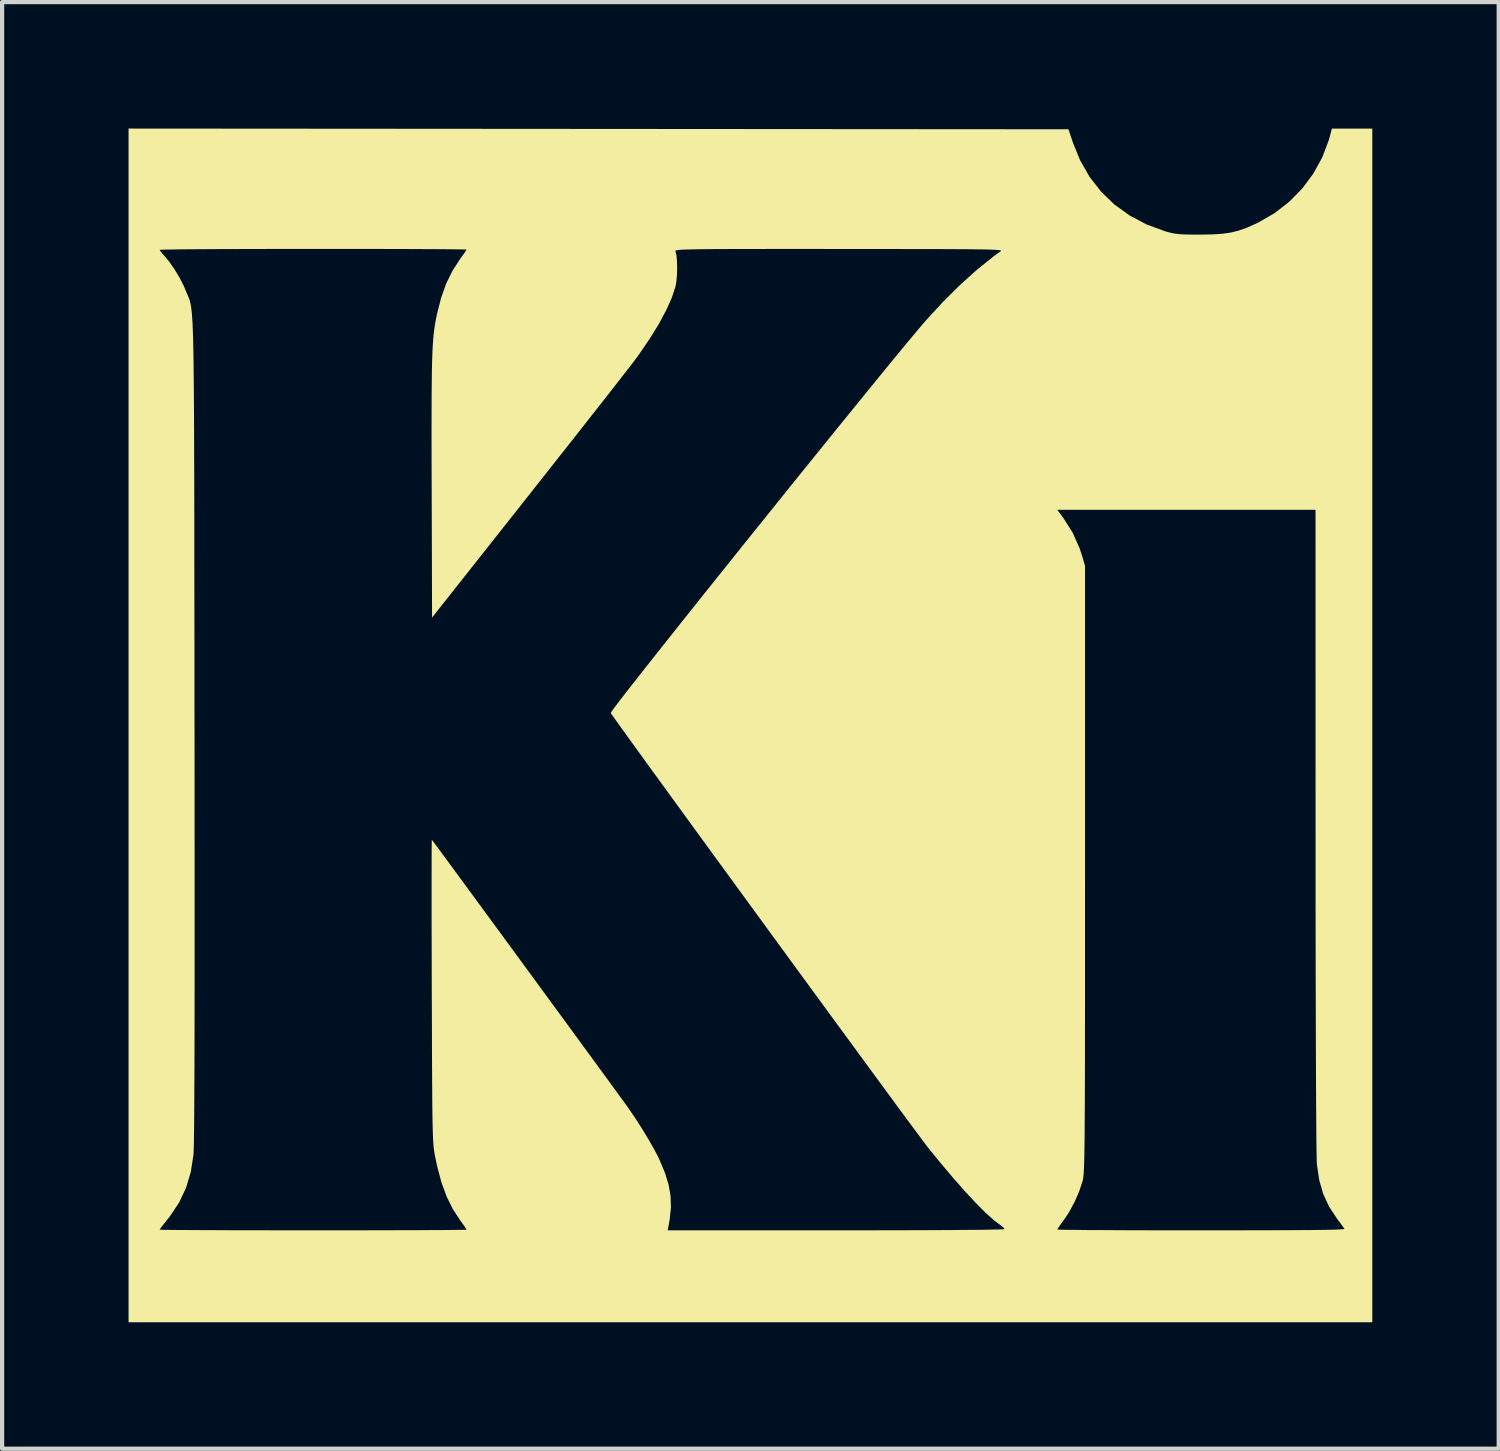
<source format=kicad_pcb>
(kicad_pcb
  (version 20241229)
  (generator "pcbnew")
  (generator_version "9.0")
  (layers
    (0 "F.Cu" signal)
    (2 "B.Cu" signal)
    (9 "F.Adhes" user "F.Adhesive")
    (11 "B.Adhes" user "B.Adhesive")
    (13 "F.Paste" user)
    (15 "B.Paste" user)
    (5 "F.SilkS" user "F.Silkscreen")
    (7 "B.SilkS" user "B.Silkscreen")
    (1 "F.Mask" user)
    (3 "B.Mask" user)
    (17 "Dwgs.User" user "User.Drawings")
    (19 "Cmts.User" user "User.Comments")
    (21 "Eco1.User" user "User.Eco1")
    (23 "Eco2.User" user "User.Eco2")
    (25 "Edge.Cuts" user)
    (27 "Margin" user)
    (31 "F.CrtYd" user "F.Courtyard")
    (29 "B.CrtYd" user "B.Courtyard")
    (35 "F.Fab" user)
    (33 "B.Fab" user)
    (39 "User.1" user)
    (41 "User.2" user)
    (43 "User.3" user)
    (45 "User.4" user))
  (footprint "Ki"
    (layer "F.Cu")
    (at 14.753 12.893)
    (property "Reference" "Ki" (at 0 0 0) (layer "F.SilkS") (effects (font (size 1.524 1.524) (thickness 0.3))))
    (attr board_only exclude_from_pos_files exclude_from_bom)
    (fp_poly (pts (xy 7.545 -12.876) (xy 7.646 -12.572) (xy 7.821 -12.14) (xy 8.045 -11.748) (xy 8.318 -11.398) (xy 8.635 -11.091) (xy 8.996 -10.831) (xy 9.397 -10.618) (xy 9.836 -10.457) (xy 9.862 -10.449) (xy 9.965 -10.422) (xy 10.062 -10.402) (xy 10.166 -10.389) (xy 10.291 -10.381) (xy 10.452 -10.378) (xy 10.661 -10.377) (xy 10.68 -10.377) (xy 10.959 -10.382) (xy 11.192 -10.397) (xy 11.393 -10.425) (xy 11.578 -10.471) (xy 11.765 -10.536) (xy 11.968 -10.626) (xy 12.048 -10.664) (xy 12.434 -10.886) (xy 12.783 -11.157) (xy 13.091 -11.471) (xy 13.353 -11.823) (xy 13.564 -12.207) (xy 13.72 -12.617) (xy 13.759 -12.756) (xy 13.793 -12.892) (xy 14.753 -12.892) (xy 14.753 15.426) (xy -14.753 15.426) (xy -14.753 13.228) (xy -14.015 13.228) (xy -13.983 13.231) (xy -13.892 13.233) (xy -13.744 13.235) (xy -13.545 13.237) (xy -13.297 13.238) (xy -13.005 13.24) (xy -12.674 13.241) (xy -12.306 13.243) (xy -11.907 13.244) (xy -11.48 13.244) (xy -11.028 13.245) (xy -10.557 13.245) (xy -10.375 13.245) (xy -9.897 13.245) (xy -9.438 13.245) (xy -9.002 13.244) (xy -8.591 13.243) (xy -8.211 13.242) (xy -7.865 13.241) (xy -7.558 13.239) (xy -7.293 13.238) (xy -7.075 13.236) (xy -6.907 13.234) (xy -6.794 13.232) (xy -6.739 13.23) (xy -6.735 13.229) (xy -6.753 13.198) (xy -6.799 13.128) (xy -6.866 13.035) (xy -6.883 13.013) (xy -7.059 12.743) (xy -7.206 12.446) (xy -7.329 12.112) (xy -7.431 11.731) (xy -7.48 11.498) (xy -7.491 11.441) (xy -7.5 11.386) (xy -7.508 11.327) (xy -7.516 11.262) (xy -7.522 11.185) (xy -7.528 11.094) (xy -7.533 10.984) (xy -7.537 10.852) (xy -7.541 10.694) (xy -7.544 10.506) (xy -7.547 10.283) (xy -7.549 10.023) (xy -7.551 9.721) (xy -7.553 9.374) (xy -7.555 8.977) (xy -7.556 8.527) (xy -7.558 8.019) (xy -7.56 7.554) (xy -7.561 7.08) (xy -7.562 6.625) (xy -7.563 6.192) (xy -7.564 5.786) (xy -7.564 5.411) (xy -7.564 5.07) (xy -7.564 4.768) (xy -7.563 4.509) (xy -7.563 4.297) (xy -7.562 4.135) (xy -7.56 4.028) (xy -7.559 3.98) (xy -7.558 3.978) (xy -7.535 4.009) (xy -7.477 4.087) (xy -7.386 4.21) (xy -7.266 4.373) (xy -7.12 4.572) (xy -6.95 4.803) (xy -6.759 5.064) (xy -6.549 5.349) (xy -6.325 5.655) (xy -6.088 5.979) (xy -5.841 6.315) (xy -5.587 6.661) (xy -5.33 7.013) (xy -5.071 7.366) (xy -4.814 7.718) (xy -4.561 8.063) (xy -4.315 8.398) (xy -4.08 8.72) (xy -3.857 9.025) (xy -3.65 9.308) (xy -3.462 9.565) (xy -3.295 9.794) (xy -3.152 9.99) (xy -3.037 10.149) (xy -2.951 10.267) (xy -2.897 10.341) (xy -2.885 10.359) (xy -2.727 10.592) (xy -2.569 10.838) (xy -2.421 11.083) (xy -2.29 11.311) (xy -2.187 11.508) (xy -2.162 11.561) (xy -2.03 11.875) (xy -1.942 12.159) (xy -1.895 12.428) (xy -1.886 12.698) (xy -1.915 12.984) (xy -1.94 13.125) (xy -1.963 13.245) (xy 2.033 13.245) (xy 2.568 13.245) (xy 3.076 13.244) (xy 3.556 13.243) (xy 4.003 13.242) (xy 4.415 13.24) (xy 4.787 13.238) (xy 5.117 13.235) (xy 5.402 13.233) (xy 5.637 13.23) (xy 5.821 13.226) (xy 5.849 13.226) (xy 7.28 13.226) (xy 7.311 13.228) (xy 7.403 13.231) (xy 7.55 13.233) (xy 7.749 13.235) (xy 7.995 13.238) (xy 8.285 13.239) (xy 8.614 13.241) (xy 8.978 13.243) (xy 9.372 13.244) (xy 9.794 13.245) (xy 10.238 13.245) (xy 10.697 13.245) (xy 11.275 13.245) (xy 11.791 13.244) (xy 12.248 13.243) (xy 12.648 13.242) (xy 12.994 13.24) (xy 13.287 13.238) (xy 13.531 13.235) (xy 13.727 13.232) (xy 13.879 13.228) (xy 13.989 13.223) (xy 14.058 13.218) (xy 14.09 13.212) (xy 14.092 13.209) (xy 14.063 13.167) (xy 14.006 13.089) (xy 13.933 12.992) (xy 13.918 12.972) (xy 13.729 12.685) (xy 13.589 12.383) (xy 13.494 12.054) (xy 13.439 11.685) (xy 13.438 11.67) (xy 13.435 11.604) (xy 13.432 11.476) (xy 13.429 11.289) (xy 13.426 11.044) (xy 13.424 10.745) (xy 13.421 10.393) (xy 13.419 9.991) (xy 13.417 9.542) (xy 13.415 9.047) (xy 13.413 8.509) (xy 13.412 7.93) (xy 13.41 7.313) (xy 13.409 6.66) (xy 13.408 5.973) (xy 13.407 5.255) (xy 13.407 4.508) (xy 13.407 3.744) (xy 13.406 -3.848) (xy 7.28 -3.848) (xy 7.428 -3.648) (xy 7.644 -3.306) (xy 7.809 -2.937) (xy 7.865 -2.767) (xy 7.938 -2.518) (xy 7.938 4.666) (xy 7.937 5.468) (xy 7.937 6.209) (xy 7.937 6.891) (xy 7.937 7.515) (xy 7.937 8.087) (xy 7.936 8.606) (xy 7.936 9.077) (xy 7.935 9.501) (xy 7.934 9.882) (xy 7.933 10.221) (xy 7.931 10.522) (xy 7.929 10.786) (xy 7.928 11.017) (xy 7.925 11.216) (xy 7.923 11.387) (xy 7.92 11.533) (xy 7.917 11.654) (xy 7.913 11.755) (xy 7.909 11.837) (xy 7.905 11.904) (xy 7.9 11.957) (xy 7.895 11.999) (xy 7.889 12.034) (xy 7.883 12.062) (xy 7.881 12.071) (xy 7.801 12.317) (xy 7.687 12.577) (xy 7.553 12.824) (xy 7.429 13.009) (xy 7.358 13.105) (xy 7.306 13.181) (xy 7.281 13.222) (xy 7.28 13.226) (xy 5.849 13.226) (xy 5.949 13.223) (xy 6.018 13.219) (xy 6.029 13.217) (xy 6.005 13.181) (xy 5.95 13.136) (xy 5.785 13.012) (xy 5.587 12.836) (xy 5.359 12.609) (xy 5.102 12.333) (xy 4.817 12.01) (xy 4.506 11.642) (xy 4.219 11.289) (xy 4.172 11.228) (xy 4.091 11.12) (xy 3.977 10.967) (xy 3.833 10.773) (xy 3.661 10.54) (xy 3.463 10.272) (xy 3.242 9.971) (xy 3 9.641) (xy 2.739 9.285) (xy 2.461 8.906) (xy 2.169 8.508) (xy 1.865 8.092) (xy 1.551 7.663) (xy 1.229 7.223) (xy 0.902 6.776) (xy 0.572 6.324) (xy 0.242 5.871) (xy -0.088 5.42) (xy -0.413 4.973) (xy -0.733 4.535) (xy -1.044 4.108) (xy -1.345 3.695) (xy -1.633 3.299) (xy -1.906 2.923) (xy -2.162 2.571) (xy -2.398 2.246) (xy -2.612 1.951) (xy -2.802 1.688) (xy -2.966 1.461) (xy -3.101 1.273) (xy -3.205 1.127) (xy -3.277 1.026) (xy -3.312 0.974) (xy -3.314 0.971) (xy -3.297 0.942) (xy -3.243 0.865) (xy -3.152 0.745) (xy -3.029 0.584) (xy -2.874 0.385) (xy -2.691 0.152) (xy -2.482 -0.114) (xy -2.249 -0.408) (xy -1.995 -0.729) (xy -1.723 -1.072) (xy -1.433 -1.435) (xy -1.13 -1.816) (xy -0.815 -2.21) (xy -0.49 -2.615) (xy -0.159 -3.029) (xy 0.177 -3.447) (xy 0.515 -3.867) (xy 0.852 -4.287) (xy 1.187 -4.703) (xy 1.517 -5.111) (xy 1.84 -5.51) (xy 2.152 -5.896) (xy 2.453 -6.266) (xy 2.738 -6.617) (xy 3.007 -6.947) (xy 3.256 -7.252) (xy 3.483 -7.529) (xy 3.686 -7.775) (xy 3.863 -7.987) (xy 4.01 -8.163) (xy 4.126 -8.299) (xy 4.168 -8.347) (xy 4.571 -8.785) (xy 4.978 -9.189) (xy 5.381 -9.55) (xy 5.772 -9.863) (xy 5.937 -9.982) (xy 5.946 -9.99) (xy 5.944 -9.997) (xy 5.93 -10.003) (xy 5.9 -10.009) (xy 5.85 -10.014) (xy 5.778 -10.018) (xy 5.68 -10.022) (xy 5.552 -10.025) (xy 5.393 -10.027) (xy 5.198 -10.03) (xy 4.964 -10.031) (xy 4.687 -10.033) (xy 4.366 -10.034) (xy 3.996 -10.035) (xy 3.574 -10.035) (xy 3.097 -10.036) (xy 2.561 -10.036) (xy 2.105 -10.036) (xy 1.523 -10.037) (xy 1.001 -10.037) (xy 0.537 -10.037) (xy 0.127 -10.036) (xy -0.232 -10.036) (xy -0.543 -10.035) (xy -0.811 -10.034) (xy -1.037 -10.032) (xy -1.226 -10.03) (xy -1.38 -10.027) (xy -1.504 -10.024) (xy -1.599 -10.021) (xy -1.671 -10.016) (xy -1.721 -10.011) (xy -1.754 -10.005) (xy -1.772 -9.999) (xy -1.78 -9.991) (xy -1.779 -9.983) (xy -1.779 -9.982) (xy -1.756 -9.89) (xy -1.743 -9.754) (xy -1.738 -9.591) (xy -1.743 -9.422) (xy -1.757 -9.265) (xy -1.779 -9.14) (xy -1.865 -8.881) (xy -1.997 -8.586) (xy -2.171 -8.261) (xy -2.386 -7.912) (xy -2.637 -7.544) (xy -2.722 -7.427) (xy -2.776 -7.355) (xy -2.867 -7.237) (xy -2.993 -7.076) (xy -3.149 -6.875) (xy -3.333 -6.639) (xy -3.543 -6.371) (xy -3.776 -6.075) (xy -4.028 -5.754) (xy -4.297 -5.412) (xy -4.581 -5.053) (xy -4.875 -4.68) (xy -5.177 -4.297) (xy -5.266 -4.184) (xy -7.553 -1.292) (xy -7.562 -4.374) (xy -7.564 -4.929) (xy -7.565 -5.423) (xy -7.565 -5.861) (xy -7.564 -6.249) (xy -7.563 -6.589) (xy -7.56 -6.886) (xy -7.557 -7.145) (xy -7.552 -7.37) (xy -7.545 -7.564) (xy -7.537 -7.733) (xy -7.527 -7.881) (xy -7.515 -8.011) (xy -7.501 -8.128) (xy -7.485 -8.236) (xy -7.467 -8.34) (xy -7.446 -8.444) (xy -7.437 -8.489) (xy -7.337 -8.88) (xy -7.215 -9.221) (xy -7.065 -9.526) (xy -6.883 -9.806) (xy -6.813 -9.902) (xy -6.761 -9.978) (xy -6.736 -10.019) (xy -6.735 -10.022) (xy -6.766 -10.024) (xy -6.858 -10.026) (xy -7.005 -10.028) (xy -7.205 -10.03) (xy -7.453 -10.032) (xy -7.744 -10.033) (xy -8.076 -10.035) (xy -8.443 -10.036) (xy -8.843 -10.037) (xy -9.27 -10.037) (xy -9.721 -10.038) (xy -10.192 -10.038) (xy -10.375 -10.038) (xy -10.852 -10.038) (xy -11.311 -10.037) (xy -11.748 -10.036) (xy -12.159 -10.035) (xy -12.539 -10.034) (xy -12.884 -10.032) (xy -13.192 -10.03) (xy -13.456 -10.028) (xy -13.675 -10.025) (xy -13.843 -10.022) (xy -13.956 -10.02) (xy -14.01 -10.017) (xy -14.015 -10.016) (xy -13.995 -9.98) (xy -13.944 -9.919) (xy -13.921 -9.895) (xy -13.796 -9.745) (xy -13.664 -9.555) (xy -13.54 -9.35) (xy -13.439 -9.15) (xy -13.403 -9.063) (xy -13.383 -9.015) (xy -13.365 -8.973) (xy -13.348 -8.934) (xy -13.332 -8.898) (xy -13.318 -8.86) (xy -13.304 -8.82) (xy -13.292 -8.776) (xy -13.28 -8.724) (xy -13.27 -8.663) (xy -13.26 -8.59) (xy -13.251 -8.504) (xy -13.244 -8.402) (xy -13.236 -8.281) (xy -13.23 -8.141) (xy -13.224 -7.979) (xy -13.219 -7.791) (xy -13.215 -7.577) (xy -13.211 -7.334) (xy -13.208 -7.06) (xy -13.205 -6.753) (xy -13.202 -6.41) (xy -13.2 -6.029) (xy -13.198 -5.608) (xy -13.197 -5.146) (xy -13.195 -4.639) (xy -13.194 -4.085) (xy -13.193 -3.483) (xy -13.193 -2.83) (xy -13.192 -2.124) (xy -13.191 -1.363) (xy -13.19 -0.544) (xy -13.19 0.334) (xy -13.189 1.274) (xy -13.188 1.347) (xy -13.187 2.4) (xy -13.187 3.391) (xy -13.186 4.319) (xy -13.186 5.185) (xy -13.186 5.991) (xy -13.186 6.738) (xy -13.186 7.426) (xy -13.187 8.057) (xy -13.188 8.631) (xy -13.189 9.149) (xy -13.191 9.612) (xy -13.193 10.021) (xy -13.195 10.377) (xy -13.197 10.682) (xy -13.2 10.935) (xy -13.203 11.138) (xy -13.206 11.291) (xy -13.21 11.397) (xy -13.213 11.449) (xy -13.277 11.861) (xy -13.389 12.237) (xy -13.555 12.587) (xy -13.777 12.919) (xy -13.847 13.007) (xy -13.924 13.103) (xy -13.983 13.179) (xy -14.013 13.223) (xy -14.015 13.228) (xy -14.753 13.228) (xy -14.753 -12.893)) (stroke (width 0) (type solid)) (fill yes) (layer "F.SilkS")))
  (gr_rect
    (start -3 -3)
    (end 32.505 31.319)
    (stroke (width 0.1) (type default))
    (fill no)
    (layer "Edge.Cuts")))
</source>
